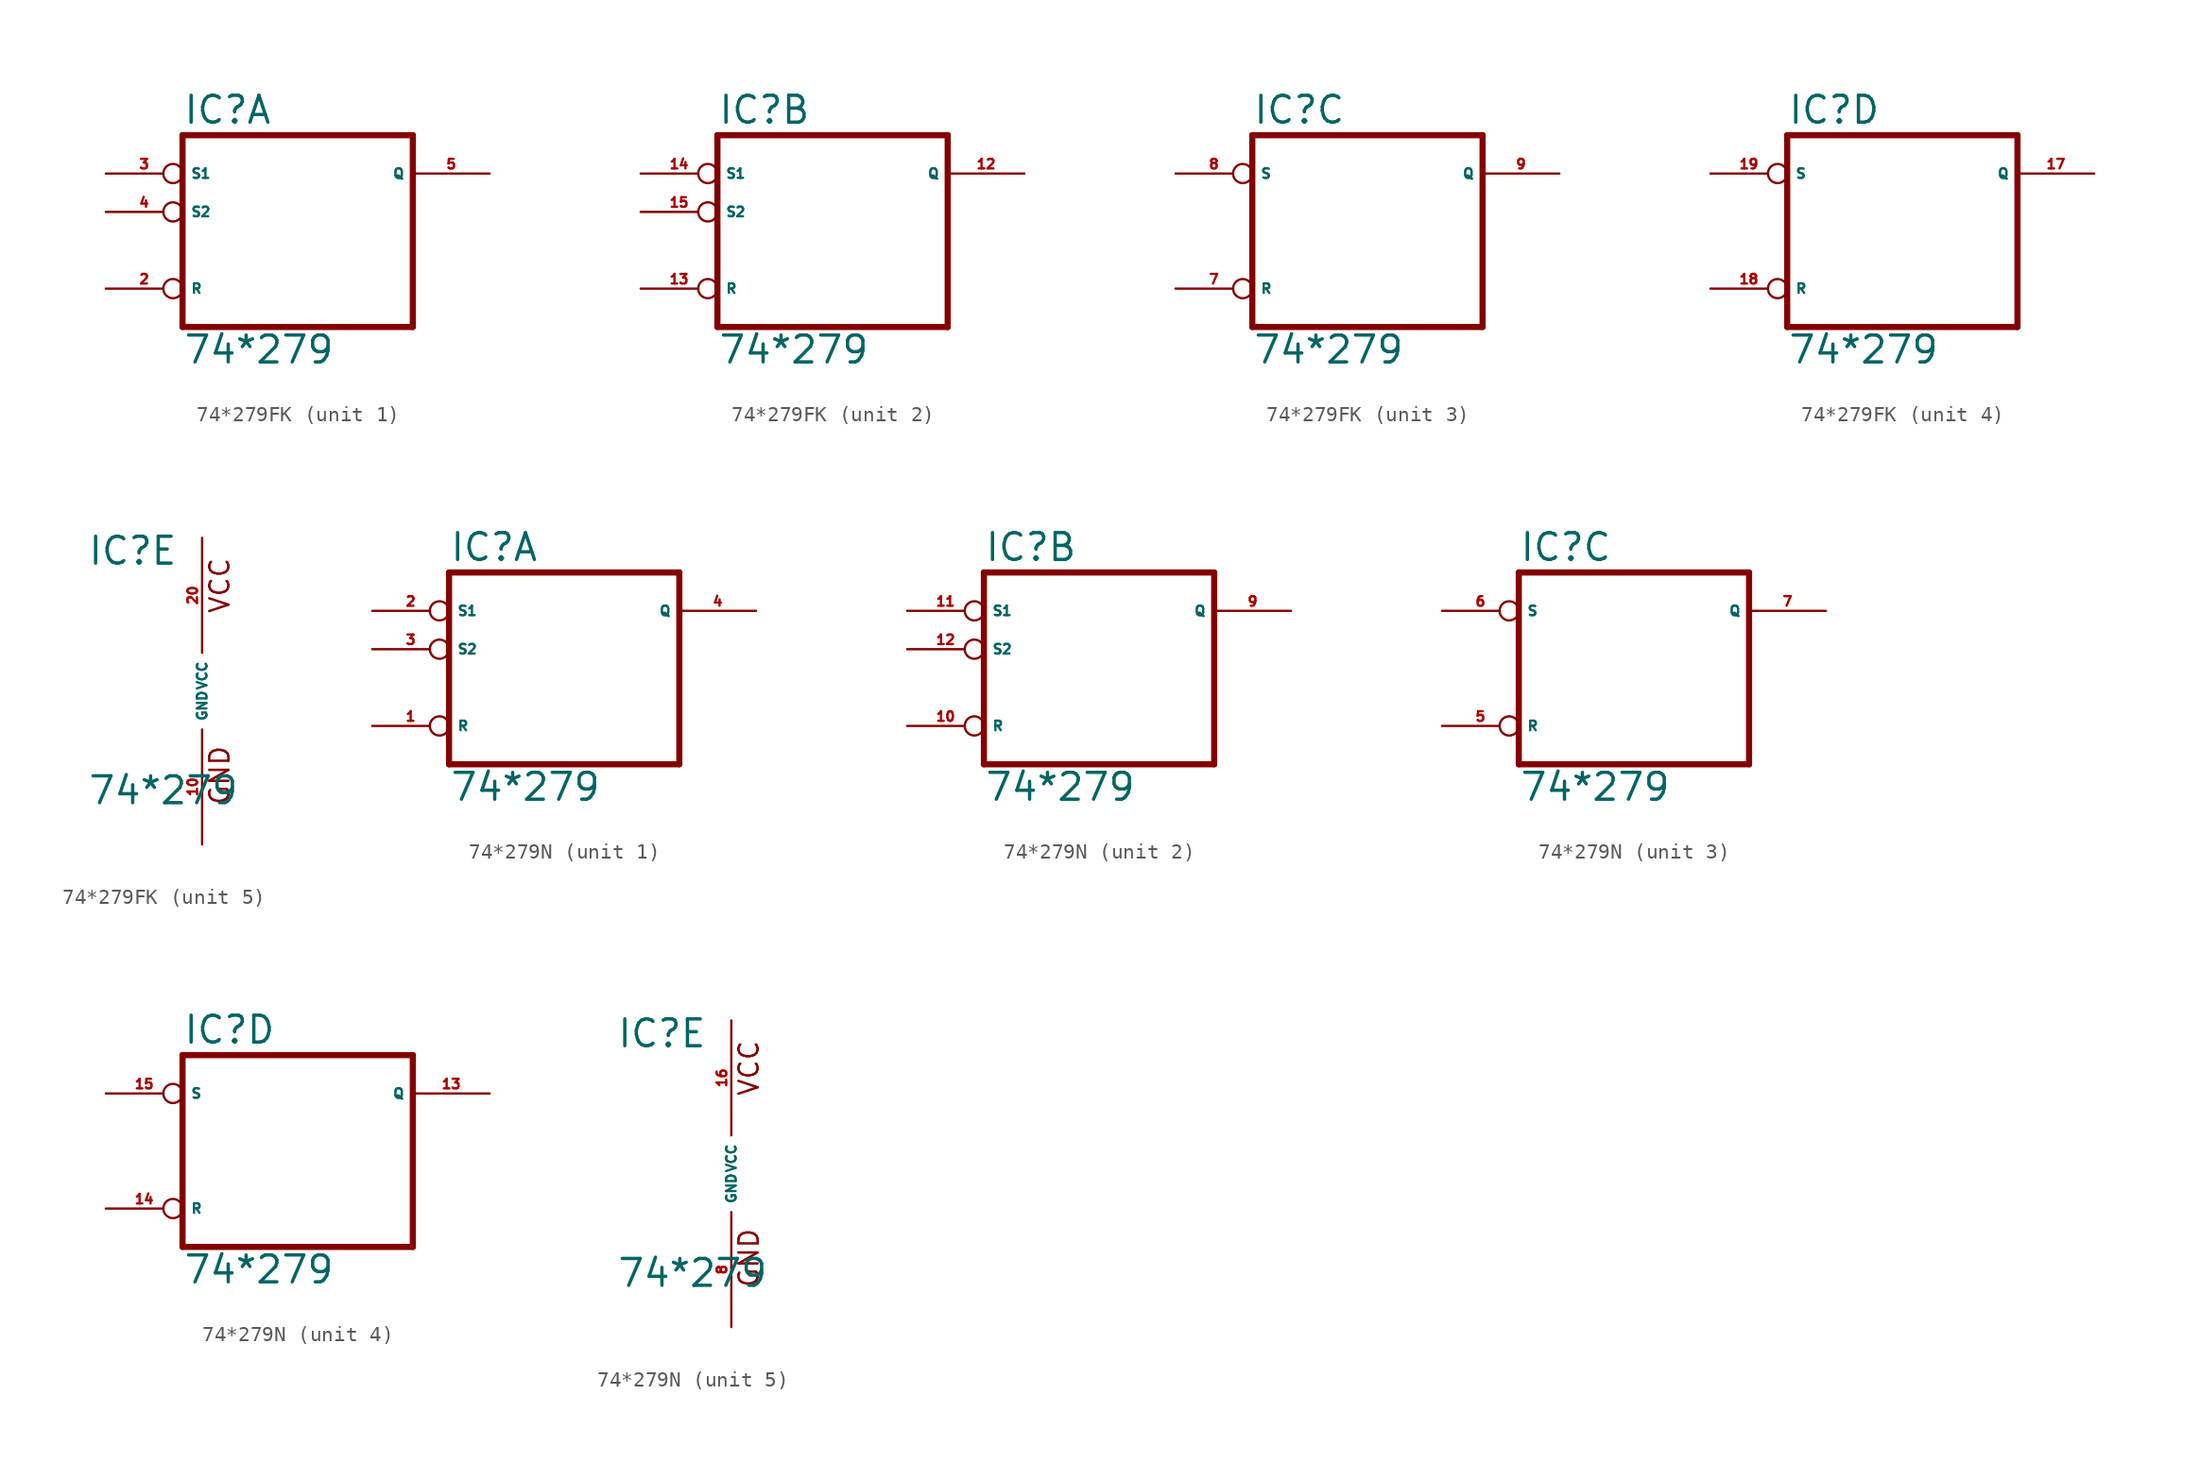
<source format=kicad_sym>
(kicad_symbol_lib
  (version 20220914)
  (generator Eagle2Kicad)
  (symbol "74*279FK"
    (property "Reference" "IC"
      (at -7.62 8.255 0)
      (effects (font (size 1.778 1.778) (thickness 0.22)) (justify left bottom)))
    (property "Value" "74*279"
      (at -7.62 -7.62 0)
      (effects (font (size 1.778 1.778) (thickness 0.22)) (justify left bottom)))
    (symbol "74*279FK_1_0"
      (polyline (pts (xy -7.62 7.62) (xy -7.62 -5.08)) (stroke (width 0.406) (type default)) (fill (type none)))
      (polyline (pts (xy -7.62 -5.08) (xy 7.62 -5.08)) (stroke (width 0.406) (type default)) (fill (type none)))
      (polyline (pts (xy 7.62 -5.08) (xy 7.62 7.62)) (stroke (width 0.406) (type default)) (fill (type none)))
      (polyline (pts (xy 7.62 7.62) (xy -7.62 7.62)) (stroke (width 0.406) (type default)) (fill (type none)))
      (pin input inverted (at -12.7 -2.54 0) (length 5.08) (name "R" (effects (font (size 0.635 0.635) (thickness 0.08)) (justify left bottom))) (number "2" (effects (font (size 0.635 0.635) (thickness 0.08)) (justify left bottom))))
      (pin input inverted (at -12.7 5.08 0) (length 5.08) (name "S1" (effects (font (size 0.635 0.635) (thickness 0.08)) (justify left bottom))) (number "3" (effects (font (size 0.635 0.635) (thickness 0.08)) (justify left bottom))))
      (pin input inverted (at -12.7 2.54 0) (length 5.08) (name "S2" (effects (font (size 0.635 0.635) (thickness 0.08)) (justify left bottom))) (number "4" (effects (font (size 0.635 0.635) (thickness 0.08)) (justify left bottom))))
      (pin output line (at 12.7 5.08 180) (length 5.08) (name "Q" (effects (font (size 0.635 0.635) (thickness 0.08)) (justify left bottom))) (number "5" (effects (font (size 0.635 0.635) (thickness 0.08)) (justify left bottom)))))
    (symbol "74*279FK_2_0"
      (polyline (pts (xy -7.62 7.62) (xy -7.62 -5.08)) (stroke (width 0.406) (type default)) (fill (type none)))
      (polyline (pts (xy -7.62 -5.08) (xy 7.62 -5.08)) (stroke (width 0.406) (type default)) (fill (type none)))
      (polyline (pts (xy 7.62 -5.08) (xy 7.62 7.62)) (stroke (width 0.406) (type default)) (fill (type none)))
      (polyline (pts (xy 7.62 7.62) (xy -7.62 7.62)) (stroke (width 0.406) (type default)) (fill (type none)))
      (pin input inverted (at -12.7 -2.54 0) (length 5.08) (name "R" (effects (font (size 0.635 0.635) (thickness 0.08)) (justify left bottom))) (number "13" (effects (font (size 0.635 0.635) (thickness 0.08)) (justify left bottom))))
      (pin input inverted (at -12.7 5.08 0) (length 5.08) (name "S1" (effects (font (size 0.635 0.635) (thickness 0.08)) (justify left bottom))) (number "14" (effects (font (size 0.635 0.635) (thickness 0.08)) (justify left bottom))))
      (pin input inverted (at -12.7 2.54 0) (length 5.08) (name "S2" (effects (font (size 0.635 0.635) (thickness 0.08)) (justify left bottom))) (number "15" (effects (font (size 0.635 0.635) (thickness 0.08)) (justify left bottom))))
      (pin output line (at 12.7 5.08 180) (length 5.08) (name "Q" (effects (font (size 0.635 0.635) (thickness 0.08)) (justify left bottom))) (number "12" (effects (font (size 0.635 0.635) (thickness 0.08)) (justify left bottom)))))
    (symbol "74*279FK_3_0"
      (polyline (pts (xy -7.62 7.62) (xy -7.62 -5.08)) (stroke (width 0.406) (type default)) (fill (type none)))
      (polyline (pts (xy -7.62 -5.08) (xy 7.62 -5.08)) (stroke (width 0.406) (type default)) (fill (type none)))
      (polyline (pts (xy 7.62 -5.08) (xy 7.62 7.62)) (stroke (width 0.406) (type default)) (fill (type none)))
      (polyline (pts (xy 7.62 7.62) (xy -7.62 7.62)) (stroke (width 0.406) (type default)) (fill (type none)))
      (pin input inverted (at -12.7 -2.54 0) (length 5.08) (name "R" (effects (font (size 0.635 0.635) (thickness 0.08)) (justify left bottom))) (number "7" (effects (font (size 0.635 0.635) (thickness 0.08)) (justify left bottom))))
      (pin input inverted (at -12.7 5.08 0) (length 5.08) (name "S" (effects (font (size 0.635 0.635) (thickness 0.08)) (justify left bottom))) (number "8" (effects (font (size 0.635 0.635) (thickness 0.08)) (justify left bottom))))
      (pin output line (at 12.7 5.08 180) (length 5.08) (name "Q" (effects (font (size 0.635 0.635) (thickness 0.08)) (justify left bottom))) (number "9" (effects (font (size 0.635 0.635) (thickness 0.08)) (justify left bottom)))))
    (symbol "74*279FK_4_0"
      (polyline (pts (xy -7.62 7.62) (xy -7.62 -5.08)) (stroke (width 0.406) (type default)) (fill (type none)))
      (polyline (pts (xy -7.62 -5.08) (xy 7.62 -5.08)) (stroke (width 0.406) (type default)) (fill (type none)))
      (polyline (pts (xy 7.62 -5.08) (xy 7.62 7.62)) (stroke (width 0.406) (type default)) (fill (type none)))
      (polyline (pts (xy 7.62 7.62) (xy -7.62 7.62)) (stroke (width 0.406) (type default)) (fill (type none)))
      (pin input inverted (at -12.7 -2.54 0) (length 5.08) (name "R" (effects (font (size 0.635 0.635) (thickness 0.08)) (justify left bottom))) (number "18" (effects (font (size 0.635 0.635) (thickness 0.08)) (justify left bottom))))
      (pin input inverted (at -12.7 5.08 0) (length 5.08) (name "S" (effects (font (size 0.635 0.635) (thickness 0.08)) (justify left bottom))) (number "19" (effects (font (size 0.635 0.635) (thickness 0.08)) (justify left bottom))))
      (pin output line (at 12.7 5.08 180) (length 5.08) (name "Q" (effects (font (size 0.635 0.635) (thickness 0.08)) (justify left bottom))) (number "17" (effects (font (size 0.635 0.635) (thickness 0.08)) (justify left bottom)))))
    (symbol "74*279FK_5_0"
      (text "GND" (at 1.905 -7.62 900) (effects (font (size 1.27 1.27) (thickness 0.16)) (justify left bottom)))
      (text "VCC" (at 1.905 5.08 900) (effects (font (size 1.27 1.27) (thickness 0.16)) (justify left bottom)))
      (pin unspecified line (at 0 -10.16 90) (length 7.62) (name "GND" (effects (font (size 0.635 0.635) (thickness 0.08)) (justify left bottom))) (number "10" (effects (font (size 0.635 0.635) (thickness 0.08)) (justify left bottom))))
      (pin unspecified line (at 0 10.16 270) (length 7.62) (name "VCC" (effects (font (size 0.635 0.635) (thickness 0.08)) (justify left bottom))) (number "20" (effects (font (size 0.635 0.635) (thickness 0.08)) (justify left bottom))))))
  (symbol "74*279N"
    (property "Reference" "IC"
      (at -7.62 8.255 0)
      (effects (font (size 1.778 1.778) (thickness 0.22)) (justify left bottom)))
    (property "Value" "74*279"
      (at -7.62 -7.62 0)
      (effects (font (size 1.778 1.778) (thickness 0.22)) (justify left bottom)))
    (symbol "74*279N_1_0"
      (polyline (pts (xy -7.62 7.62) (xy -7.62 -5.08)) (stroke (width 0.406) (type default)) (fill (type none)))
      (polyline (pts (xy -7.62 -5.08) (xy 7.62 -5.08)) (stroke (width 0.406) (type default)) (fill (type none)))
      (polyline (pts (xy 7.62 -5.08) (xy 7.62 7.62)) (stroke (width 0.406) (type default)) (fill (type none)))
      (polyline (pts (xy 7.62 7.62) (xy -7.62 7.62)) (stroke (width 0.406) (type default)) (fill (type none)))
      (pin input inverted (at -12.7 -2.54 0) (length 5.08) (name "R" (effects (font (size 0.635 0.635) (thickness 0.08)) (justify left bottom))) (number "1" (effects (font (size 0.635 0.635) (thickness 0.08)) (justify left bottom))))
      (pin input inverted (at -12.7 5.08 0) (length 5.08) (name "S1" (effects (font (size 0.635 0.635) (thickness 0.08)) (justify left bottom))) (number "2" (effects (font (size 0.635 0.635) (thickness 0.08)) (justify left bottom))))
      (pin input inverted (at -12.7 2.54 0) (length 5.08) (name "S2" (effects (font (size 0.635 0.635) (thickness 0.08)) (justify left bottom))) (number "3" (effects (font (size 0.635 0.635) (thickness 0.08)) (justify left bottom))))
      (pin output line (at 12.7 5.08 180) (length 5.08) (name "Q" (effects (font (size 0.635 0.635) (thickness 0.08)) (justify left bottom))) (number "4" (effects (font (size 0.635 0.635) (thickness 0.08)) (justify left bottom)))))
    (symbol "74*279N_2_0"
      (polyline (pts (xy -7.62 7.62) (xy -7.62 -5.08)) (stroke (width 0.406) (type default)) (fill (type none)))
      (polyline (pts (xy -7.62 -5.08) (xy 7.62 -5.08)) (stroke (width 0.406) (type default)) (fill (type none)))
      (polyline (pts (xy 7.62 -5.08) (xy 7.62 7.62)) (stroke (width 0.406) (type default)) (fill (type none)))
      (polyline (pts (xy 7.62 7.62) (xy -7.62 7.62)) (stroke (width 0.406) (type default)) (fill (type none)))
      (pin input inverted (at -12.7 -2.54 0) (length 5.08) (name "R" (effects (font (size 0.635 0.635) (thickness 0.08)) (justify left bottom))) (number "10" (effects (font (size 0.635 0.635) (thickness 0.08)) (justify left bottom))))
      (pin input inverted (at -12.7 5.08 0) (length 5.08) (name "S1" (effects (font (size 0.635 0.635) (thickness 0.08)) (justify left bottom))) (number "11" (effects (font (size 0.635 0.635) (thickness 0.08)) (justify left bottom))))
      (pin input inverted (at -12.7 2.54 0) (length 5.08) (name "S2" (effects (font (size 0.635 0.635) (thickness 0.08)) (justify left bottom))) (number "12" (effects (font (size 0.635 0.635) (thickness 0.08)) (justify left bottom))))
      (pin output line (at 12.7 5.08 180) (length 5.08) (name "Q" (effects (font (size 0.635 0.635) (thickness 0.08)) (justify left bottom))) (number "9" (effects (font (size 0.635 0.635) (thickness 0.08)) (justify left bottom)))))
    (symbol "74*279N_3_0"
      (polyline (pts (xy -7.62 7.62) (xy -7.62 -5.08)) (stroke (width 0.406) (type default)) (fill (type none)))
      (polyline (pts (xy -7.62 -5.08) (xy 7.62 -5.08)) (stroke (width 0.406) (type default)) (fill (type none)))
      (polyline (pts (xy 7.62 -5.08) (xy 7.62 7.62)) (stroke (width 0.406) (type default)) (fill (type none)))
      (polyline (pts (xy 7.62 7.62) (xy -7.62 7.62)) (stroke (width 0.406) (type default)) (fill (type none)))
      (pin input inverted (at -12.7 -2.54 0) (length 5.08) (name "R" (effects (font (size 0.635 0.635) (thickness 0.08)) (justify left bottom))) (number "5" (effects (font (size 0.635 0.635) (thickness 0.08)) (justify left bottom))))
      (pin input inverted (at -12.7 5.08 0) (length 5.08) (name "S" (effects (font (size 0.635 0.635) (thickness 0.08)) (justify left bottom))) (number "6" (effects (font (size 0.635 0.635) (thickness 0.08)) (justify left bottom))))
      (pin output line (at 12.7 5.08 180) (length 5.08) (name "Q" (effects (font (size 0.635 0.635) (thickness 0.08)) (justify left bottom))) (number "7" (effects (font (size 0.635 0.635) (thickness 0.08)) (justify left bottom)))))
    (symbol "74*279N_4_0"
      (polyline (pts (xy -7.62 7.62) (xy -7.62 -5.08)) (stroke (width 0.406) (type default)) (fill (type none)))
      (polyline (pts (xy -7.62 -5.08) (xy 7.62 -5.08)) (stroke (width 0.406) (type default)) (fill (type none)))
      (polyline (pts (xy 7.62 -5.08) (xy 7.62 7.62)) (stroke (width 0.406) (type default)) (fill (type none)))
      (polyline (pts (xy 7.62 7.62) (xy -7.62 7.62)) (stroke (width 0.406) (type default)) (fill (type none)))
      (pin input inverted (at -12.7 -2.54 0) (length 5.08) (name "R" (effects (font (size 0.635 0.635) (thickness 0.08)) (justify left bottom))) (number "14" (effects (font (size 0.635 0.635) (thickness 0.08)) (justify left bottom))))
      (pin input inverted (at -12.7 5.08 0) (length 5.08) (name "S" (effects (font (size 0.635 0.635) (thickness 0.08)) (justify left bottom))) (number "15" (effects (font (size 0.635 0.635) (thickness 0.08)) (justify left bottom))))
      (pin output line (at 12.7 5.08 180) (length 5.08) (name "Q" (effects (font (size 0.635 0.635) (thickness 0.08)) (justify left bottom))) (number "13" (effects (font (size 0.635 0.635) (thickness 0.08)) (justify left bottom)))))
    (symbol "74*279N_5_0"
      (text "GND" (at 1.905 -7.62 900) (effects (font (size 1.27 1.27) (thickness 0.16)) (justify left bottom)))
      (text "VCC" (at 1.905 5.08 900) (effects (font (size 1.27 1.27) (thickness 0.16)) (justify left bottom)))
      (pin unspecified line (at 0 -10.16 90) (length 7.62) (name "GND" (effects (font (size 0.635 0.635) (thickness 0.08)) (justify left bottom))) (number "8" (effects (font (size 0.635 0.635) (thickness 0.08)) (justify left bottom))))
      (pin unspecified line (at 0 10.16 270) (length 7.62) (name "VCC" (effects (font (size 0.635 0.635) (thickness 0.08)) (justify left bottom))) (number "16" (effects (font (size 0.635 0.635) (thickness 0.08)) (justify left bottom)))))))
</source>
